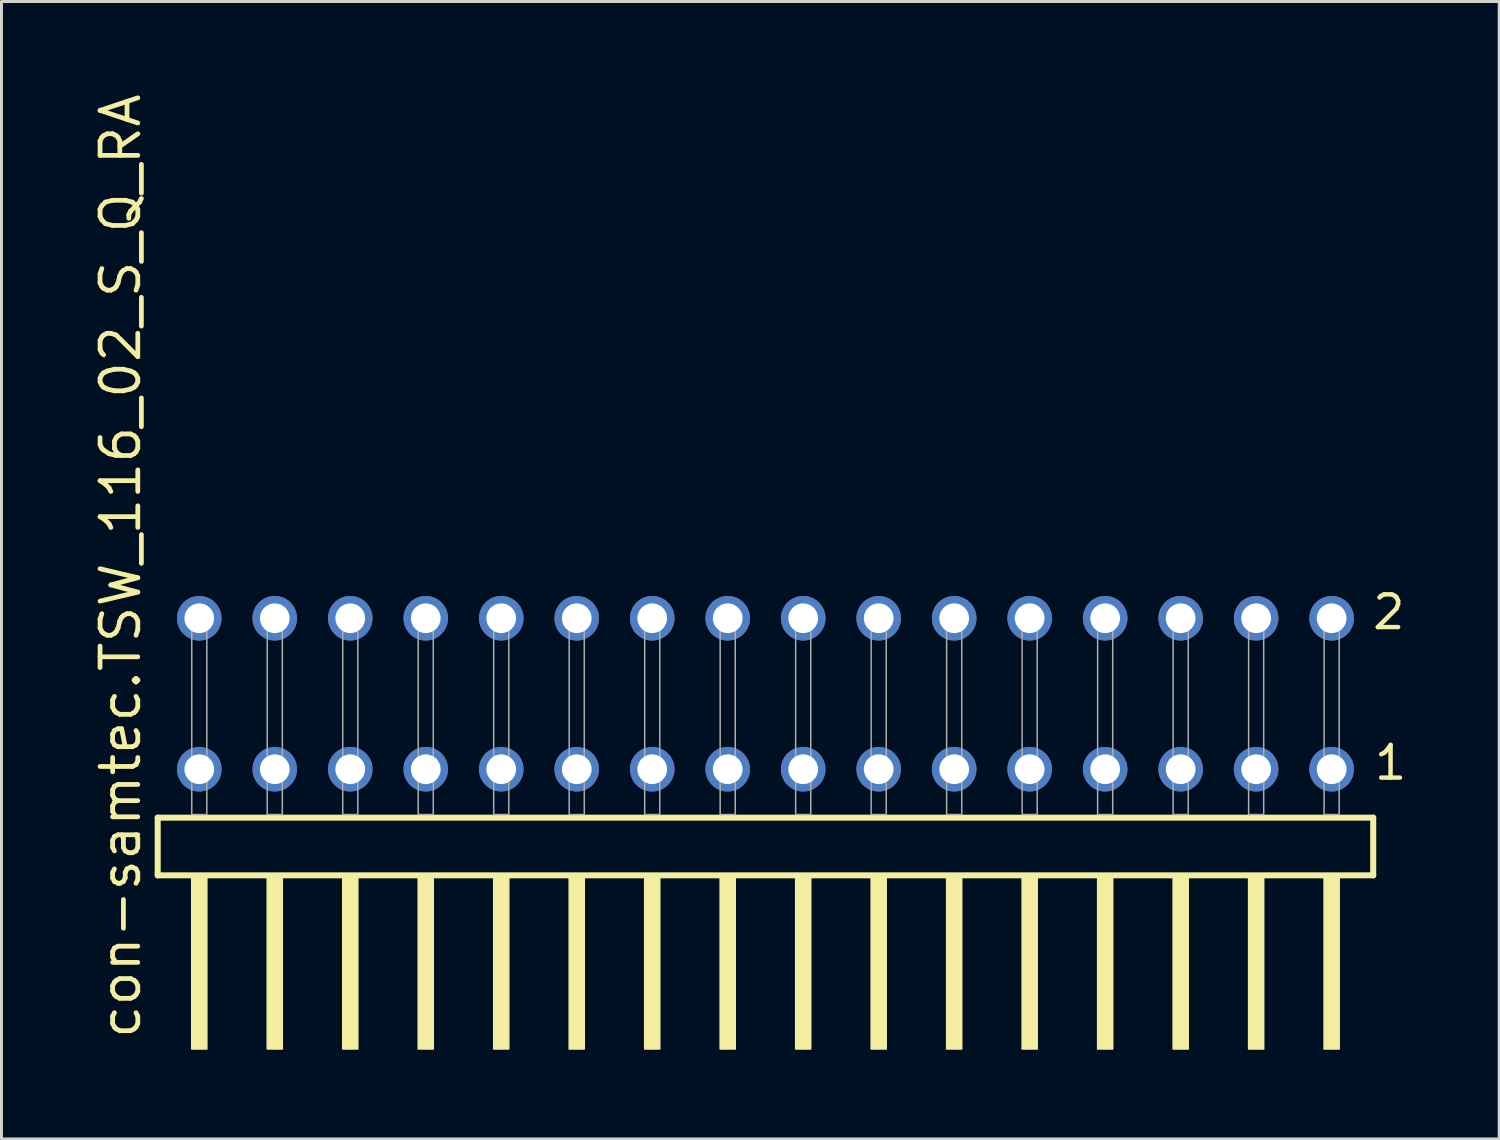
<source format=kicad_pcb>
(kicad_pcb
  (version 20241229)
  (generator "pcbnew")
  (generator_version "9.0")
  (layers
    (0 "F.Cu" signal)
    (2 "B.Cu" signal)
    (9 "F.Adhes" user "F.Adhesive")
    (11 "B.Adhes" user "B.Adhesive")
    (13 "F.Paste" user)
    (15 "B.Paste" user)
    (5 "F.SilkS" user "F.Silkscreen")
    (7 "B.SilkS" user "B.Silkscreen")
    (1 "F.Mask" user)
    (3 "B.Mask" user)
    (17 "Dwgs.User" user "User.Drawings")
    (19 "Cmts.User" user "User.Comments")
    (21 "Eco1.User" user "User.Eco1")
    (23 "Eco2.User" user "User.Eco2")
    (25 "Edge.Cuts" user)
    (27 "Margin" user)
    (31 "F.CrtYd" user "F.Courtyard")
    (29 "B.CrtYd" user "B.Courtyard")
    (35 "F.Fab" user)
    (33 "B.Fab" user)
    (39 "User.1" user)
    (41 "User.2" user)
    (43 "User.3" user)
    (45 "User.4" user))
  (footprint "con-samtec.TSW_116_02_S_Q_RA"
    (layer "F.Cu")
    (at 22.705 24.356)
    (property "Reference" "con-samtec.TSW_116_02_S_Q_RA" (at -20.955 7.62 90) (layer "F.SilkS") (effects (font (size 1.27 1.27) (thickness 0.16)) (justify left bottom)))
    (attr through_hole)
    (fp_line (start -20.449 0.106) (end -20.449 2.046) (stroke (width 0.203) (type default)) (layer "F.SilkS"))
    (fp_line (start -20.449 2.046) (end 20.449 2.046) (stroke (width 0.203) (type default)) (layer "F.SilkS"))
    (fp_line (start 20.449 0.106) (end -20.449 0.106) (stroke (width 0.203) (type default)) (layer "F.SilkS"))
    (fp_line (start 20.449 2.046) (end 20.449 0.106) (stroke (width 0.203) (type default)) (layer "F.SilkS"))
    (fp_rect (start -19.304 7.89) (end -18.796 2.04) (stroke (width 0.05) (type default)) (fill yes) (layer "F.SilkS"))
    (fp_rect (start -16.764 7.89) (end -16.256 2.04) (stroke (width 0.05) (type default)) (fill yes) (layer "F.SilkS"))
    (fp_rect (start -14.224 7.89) (end -13.716 2.04) (stroke (width 0.05) (type default)) (fill yes) (layer "F.SilkS"))
    (fp_rect (start -11.684 7.89) (end -11.176 2.04) (stroke (width 0.05) (type default)) (fill yes) (layer "F.SilkS"))
    (fp_rect (start -9.144 7.89) (end -8.636 2.04) (stroke (width 0.05) (type default)) (fill yes) (layer "F.SilkS"))
    (fp_rect (start -6.604 7.89) (end -6.096 2.04) (stroke (width 0.05) (type default)) (fill yes) (layer "F.SilkS"))
    (fp_rect (start -4.064 7.89) (end -3.556 2.04) (stroke (width 0.05) (type default)) (fill yes) (layer "F.SilkS"))
    (fp_rect (start -1.524 7.89) (end -1.016 2.04) (stroke (width 0.05) (type default)) (fill yes) (layer "F.SilkS"))
    (fp_rect (start 1.016 7.89) (end 1.524 2.04) (stroke (width 0.05) (type default)) (fill yes) (layer "F.SilkS"))
    (fp_rect (start 3.556 7.89) (end 4.064 2.04) (stroke (width 0.05) (type default)) (fill yes) (layer "F.SilkS"))
    (fp_rect (start 6.096 7.89) (end 6.604 2.04) (stroke (width 0.05) (type default)) (fill yes) (layer "F.SilkS"))
    (fp_rect (start 8.636 7.89) (end 9.144 2.04) (stroke (width 0.05) (type default)) (fill yes) (layer "F.SilkS"))
    (fp_rect (start 11.176 7.89) (end 11.684 2.04) (stroke (width 0.05) (type default)) (fill yes) (layer "F.SilkS"))
    (fp_rect (start 13.716 7.89) (end 14.224 2.04) (stroke (width 0.05) (type default)) (fill yes) (layer "F.SilkS"))
    (fp_rect (start 16.256 7.89) (end 16.764 2.04) (stroke (width 0.05) (type default)) (fill yes) (layer "F.SilkS"))
    (fp_rect (start 18.796 7.89) (end 19.304 2.04) (stroke (width 0.05) (type default)) (fill yes) (layer "F.SilkS"))
    (fp_rect (start -19.304 0) (end -18.796 -6.858) (stroke (width 0.05) (type default)) (fill no) (layer "F.Fab"))
    (fp_rect (start -16.764 0) (end -16.256 -6.858) (stroke (width 0.05) (type default)) (fill no) (layer "F.Fab"))
    (fp_rect (start -14.224 0) (end -13.716 -6.858) (stroke (width 0.05) (type default)) (fill no) (layer "F.Fab"))
    (fp_rect (start -11.684 0) (end -11.176 -6.858) (stroke (width 0.05) (type default)) (fill no) (layer "F.Fab"))
    (fp_rect (start -9.144 0) (end -8.636 -6.858) (stroke (width 0.05) (type default)) (fill no) (layer "F.Fab"))
    (fp_rect (start -6.604 0) (end -6.096 -6.858) (stroke (width 0.05) (type default)) (fill no) (layer "F.Fab"))
    (fp_rect (start -4.064 0) (end -3.556 -6.858) (stroke (width 0.05) (type default)) (fill no) (layer "F.Fab"))
    (fp_rect (start -1.524 0) (end -1.016 -6.858) (stroke (width 0.05) (type default)) (fill no) (layer "F.Fab"))
    (fp_rect (start 1.016 0) (end 1.524 -6.858) (stroke (width 0.05) (type default)) (fill no) (layer "F.Fab"))
    (fp_rect (start 3.556 0) (end 4.064 -6.858) (stroke (width 0.05) (type default)) (fill no) (layer "F.Fab"))
    (fp_rect (start 6.096 0) (end 6.604 -6.858) (stroke (width 0.05) (type default)) (fill no) (layer "F.Fab"))
    (fp_rect (start 8.636 0) (end 9.144 -6.858) (stroke (width 0.05) (type default)) (fill no) (layer "F.Fab"))
    (fp_rect (start 11.176 0) (end 11.684 -6.858) (stroke (width 0.05) (type default)) (fill no) (layer "F.Fab"))
    (fp_rect (start 13.716 0) (end 14.224 -6.858) (stroke (width 0.05) (type default)) (fill no) (layer "F.Fab"))
    (fp_rect (start 16.256 0) (end 16.764 -6.858) (stroke (width 0.05) (type default)) (fill no) (layer "F.Fab"))
    (fp_rect (start 18.796 0) (end 19.304 -6.858) (stroke (width 0.05) (type default)) (fill no) (layer "F.Fab"))
    (fp_text user "1" (at 20.41 -1.1 0) (layer "F.SilkS") (effects (font (size 1.1 1.1) (thickness 0.15)) (justify left bottom)))
    (fp_text user "2" (at 20.35 -6.165 0) (layer "F.SilkS") (effects (font (size 1.1 1.1) (thickness 0.15)) (justify left bottom)))
    (pad "1" thru_hole circle (at 19.05 -1.524 180) (size 1.5 1.5) (drill 1) (layers "*.Cu" "*.Mask"))
    (pad "2" thru_hole circle (at 19.05 -6.604 180) (size 1.5 1.5) (drill 1) (layers "*.Cu" "*.Mask"))
    (pad "3" thru_hole circle (at 16.51 -1.524 180) (size 1.5 1.5) (drill 1) (layers "*.Cu" "*.Mask"))
    (pad "4" thru_hole circle (at 16.51 -6.604 180) (size 1.5 1.5) (drill 1) (layers "*.Cu" "*.Mask"))
    (pad "5" thru_hole circle (at 13.97 -1.524 180) (size 1.5 1.5) (drill 1) (layers "*.Cu" "*.Mask"))
    (pad "6" thru_hole circle (at 13.97 -6.604 180) (size 1.5 1.5) (drill 1) (layers "*.Cu" "*.Mask"))
    (pad "7" thru_hole circle (at 11.43 -1.524 180) (size 1.5 1.5) (drill 1) (layers "*.Cu" "*.Mask"))
    (pad "8" thru_hole circle (at 11.43 -6.604 180) (size 1.5 1.5) (drill 1) (layers "*.Cu" "*.Mask"))
    (pad "9" thru_hole circle (at 8.89 -1.524 180) (size 1.5 1.5) (drill 1) (layers "*.Cu" "*.Mask"))
    (pad "10" thru_hole circle (at 8.89 -6.604 180) (size 1.5 1.5) (drill 1) (layers "*.Cu" "*.Mask"))
    (pad "11" thru_hole circle (at 6.35 -1.524 180) (size 1.5 1.5) (drill 1) (layers "*.Cu" "*.Mask"))
    (pad "12" thru_hole circle (at 6.35 -6.604 180) (size 1.5 1.5) (drill 1) (layers "*.Cu" "*.Mask"))
    (pad "13" thru_hole circle (at 3.81 -1.524 180) (size 1.5 1.5) (drill 1) (layers "*.Cu" "*.Mask"))
    (pad "14" thru_hole circle (at 3.81 -6.604 180) (size 1.5 1.5) (drill 1) (layers "*.Cu" "*.Mask"))
    (pad "15" thru_hole circle (at 1.27 -1.524 180) (size 1.5 1.5) (drill 1) (layers "*.Cu" "*.Mask"))
    (pad "16" thru_hole circle (at 1.27 -6.604 180) (size 1.5 1.5) (drill 1) (layers "*.Cu" "*.Mask"))
    (pad "17" thru_hole circle (at -1.27 -1.524 180) (size 1.5 1.5) (drill 1) (layers "*.Cu" "*.Mask"))
    (pad "18" thru_hole circle (at -1.27 -6.604 180) (size 1.5 1.5) (drill 1) (layers "*.Cu" "*.Mask"))
    (pad "19" thru_hole circle (at -3.81 -1.524 180) (size 1.5 1.5) (drill 1) (layers "*.Cu" "*.Mask"))
    (pad "20" thru_hole circle (at -3.81 -6.604 180) (size 1.5 1.5) (drill 1) (layers "*.Cu" "*.Mask"))
    (pad "21" thru_hole circle (at -6.35 -1.524 180) (size 1.5 1.5) (drill 1) (layers "*.Cu" "*.Mask"))
    (pad "22" thru_hole circle (at -6.35 -6.604 180) (size 1.5 1.5) (drill 1) (layers "*.Cu" "*.Mask"))
    (pad "23" thru_hole circle (at -8.89 -1.524 180) (size 1.5 1.5) (drill 1) (layers "*.Cu" "*.Mask"))
    (pad "24" thru_hole circle (at -8.89 -6.604 180) (size 1.5 1.5) (drill 1) (layers "*.Cu" "*.Mask"))
    (pad "25" thru_hole circle (at -11.43 -1.524 180) (size 1.5 1.5) (drill 1) (layers "*.Cu" "*.Mask"))
    (pad "26" thru_hole circle (at -11.43 -6.604 180) (size 1.5 1.5) (drill 1) (layers "*.Cu" "*.Mask"))
    (pad "27" thru_hole circle (at -13.97 -1.524 180) (size 1.5 1.5) (drill 1) (layers "*.Cu" "*.Mask"))
    (pad "28" thru_hole circle (at -13.97 -6.604 180) (size 1.5 1.5) (drill 1) (layers "*.Cu" "*.Mask"))
    (pad "29" thru_hole circle (at -16.51 -1.524 180) (size 1.5 1.5) (drill 1) (layers "*.Cu" "*.Mask"))
    (pad "30" thru_hole circle (at -16.51 -6.604 180) (size 1.5 1.5) (drill 1) (layers "*.Cu" "*.Mask"))
    (pad "31" thru_hole circle (at -19.05 -1.524 180) (size 1.5 1.5) (drill 1) (layers "*.Cu" "*.Mask"))
    (pad "32" thru_hole circle (at -19.05 -6.604 180) (size 1.5 1.5) (drill 1) (layers "*.Cu" "*.Mask")))
  (gr_rect
    (start -3 -3)
    (end 47.393 35.271)
    (stroke (width 0.1) (type default))
    (fill no)
    (layer "Edge.Cuts")))
</source>
